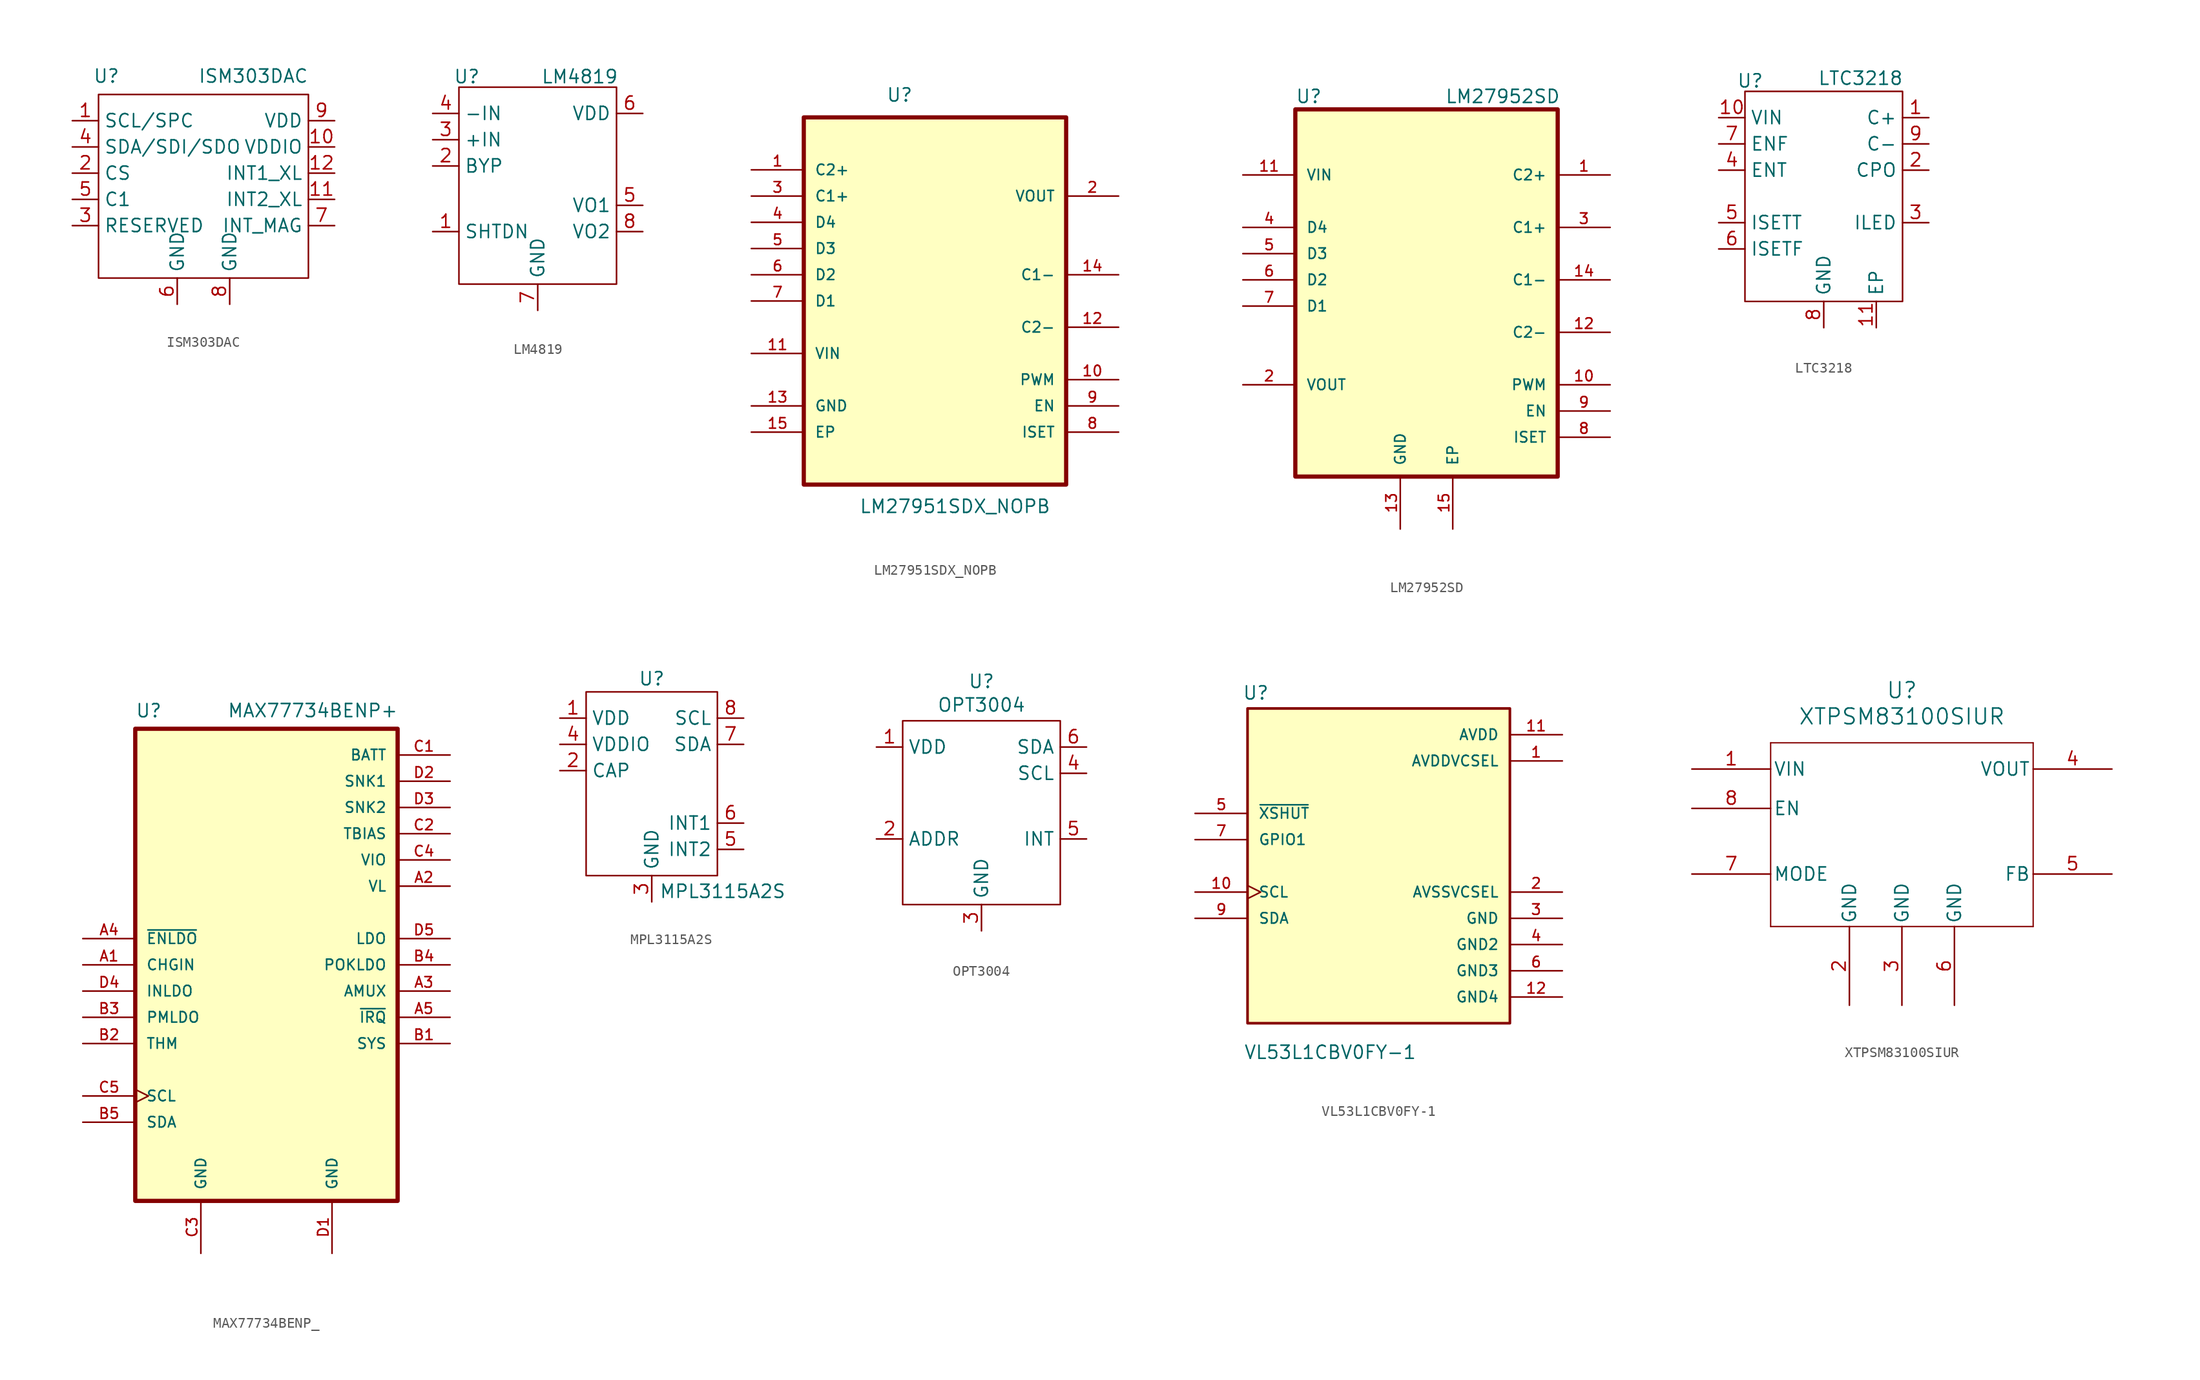
<source format=kicad_sym>
(kicad_symbol_lib
  (version 20231120)
  (generator "kicad_symbol_editor")
  (generator_version "8.0")
  (symbol "ISM303DAC"
    (property "Reference" "U"
      (at -9.398 10.668 0)
      (effects (font (size 1.27 1.27))))
    (property "Value" "ISM303DAC"
      (at 4.826 10.668 0)
      (effects (font (size 1.27 1.27))))
    (symbol "ISM303DAC_0_0"
      (pin power_in line (at 12.7 3.81 180) (length 2.54) (name "VDDIO" (effects (font (size 1.27 1.27)))) (number "10" (effects (font (size 1.27 1.27)))))
      (pin output line (at 12.7 -1.27 180) (length 2.54) (name "INT2_XL" (effects (font (size 1.27 1.27)))) (number "11" (effects (font (size 1.27 1.27)))))
      (pin output line (at 12.7 1.27 180) (length 2.54) (name "INT1_XL" (effects (font (size 1.27 1.27)))) (number "12" (effects (font (size 1.27 1.27)))))
      (pin input line (at -12.7 1.27 0) (length 2.54) (name "CS" (effects (font (size 1.27 1.27)))) (number "2" (effects (font (size 1.27 1.27)))))
      (pin unspecified line (at -12.7 -3.81 0) (length 2.54) (name "RESERVED" (effects (font (size 1.27 1.27)))) (number "3" (effects (font (size 1.27 1.27)))))
      (pin passive line (at -12.7 -1.27 0) (length 2.54) (name "C1" (effects (font (size 1.27 1.27)))) (number "5" (effects (font (size 1.27 1.27)))))
      (pin power_in line (at -2.54 -11.43 90) (length 2.54) (name "GND" (effects (font (size 1.27 1.27)))) (number "6" (effects (font (size 1.27 1.27)))))
      (pin output line (at 12.7 -3.81 180) (length 2.54) (name "INT_MAG" (effects (font (size 1.27 1.27)))) (number "7" (effects (font (size 1.27 1.27)))))
      (pin power_in line (at 2.54 -11.43 90) (length 2.54) (name "GND" (effects (font (size 1.27 1.27)))) (number "8" (effects (font (size 1.27 1.27)))))
      (pin power_in line (at 12.7 6.35 180) (length 2.54) (name "VDD" (effects (font (size 1.27 1.27)))) (number "9" (effects (font (size 1.27 1.27))))))
    (symbol "ISM303DAC_0_1"
      (rectangle (start -10.16 8.89) (end 10.16 -8.89) (stroke (width 0) (type default)) (fill (type none))))
    (symbol "ISM303DAC_1_0"
      (pin input line (at -12.7 6.35 0) (length 2.54) (name "SCL/SPC" (effects (font (size 1.27 1.27)))) (number "1" (effects (font (size 1.27 1.27)))))
      (pin bidirectional line (at -12.7 3.81 0) (length 2.54) (name "SDA/SDI/SDO" (effects (font (size 1.27 1.27)))) (number "4" (effects (font (size 1.27 1.27)))))))
  (symbol "LM4819"
    (property "Reference" "U"
      (at -6.858 9.906 0)
      (effects (font (size 1.27 1.27))))
    (property "Value" "LM4819"
      (at 4.064 9.906 0)
      (effects (font (size 1.27 1.27))))
    (symbol "LM4819_0_0"
      (pin input line (at -10.16 -5.08 0) (length 2.54) (name "SHTDN" (effects (font (size 1.27 1.27)))) (number "1" (effects (font (size 1.27 1.27)))))
      (pin passive line (at -10.16 1.27 0) (length 2.54) (name "BYP" (effects (font (size 1.27 1.27)))) (number "2" (effects (font (size 1.27 1.27)))))
      (pin input line (at -10.16 3.81 0) (length 2.54) (name "+IN" (effects (font (size 1.27 1.27)))) (number "3" (effects (font (size 1.27 1.27)))))
      (pin input line (at -10.16 6.35 0) (length 2.54) (name "-IN" (effects (font (size 1.27 1.27)))) (number "4" (effects (font (size 1.27 1.27)))))
      (pin output line (at 10.16 -2.54 180) (length 2.54) (name "VO1" (effects (font (size 1.27 1.27)))) (number "5" (effects (font (size 1.27 1.27)))))
      (pin power_in line (at 10.16 6.35 180) (length 2.54) (name "VDD" (effects (font (size 1.27 1.27)))) (number "6" (effects (font (size 1.27 1.27)))))
      (pin power_in line (at 0 -12.7 90) (length 2.54) (name "GND" (effects (font (size 1.27 1.27)))) (number "7" (effects (font (size 1.27 1.27)))))
      (pin output line (at 10.16 -5.08 180) (length 2.54) (name "VO2" (effects (font (size 1.27 1.27)))) (number "8" (effects (font (size 1.27 1.27))))))
    (symbol "LM4819_0_1"
      (rectangle (start -7.62 8.89) (end 7.62 -10.16) (stroke (width 0) (type default)) (fill (type none)))))
  (symbol "LM27951SDX_NOPB"
    (pin_names
      (offset 1.016))
    (property "Reference" "U"
      (at -4.732 16.665 0)
      (effects (font (size 1.27 1.27)) (justify left bottom)))
    (property "Value" "LM27951SDX_NOPB"
      (at -7.351 -23.172 0)
      (effects (font (size 1.27 1.27)) (justify left bottom)))
    (symbol "LM27951SDX_NOPB_0_0"
      (rectangle (start -12.7 -20.32) (end 12.7 15.24) (stroke (width 0.406) (type default)) (fill (type background)))
      (pin passive line (at -17.78 10.16 0) (length 5.08) (name "C2+" (effects (font (size 1.016 1.016)))) (number "1" (effects (font (size 1.016 1.016)))))
      (pin passive line (at 17.78 -10.16 180) (length 5.08) (name "PWM" (effects (font (size 1.016 1.016)))) (number "10" (effects (font (size 1.016 1.016)))))
      (pin input line (at -17.78 -7.62 0) (length 5.08) (name "VIN" (effects (font (size 1.016 1.016)))) (number "11" (effects (font (size 1.016 1.016)))))
      (pin passive line (at 17.78 -5.08 180) (length 5.08) (name "C2-" (effects (font (size 1.016 1.016)))) (number "12" (effects (font (size 1.016 1.016)))))
      (pin passive line (at -17.78 -12.7 0) (length 5.08) (name "GND" (effects (font (size 1.016 1.016)))) (number "13" (effects (font (size 1.016 1.016)))))
      (pin passive line (at 17.78 0 180) (length 5.08) (name "C1-" (effects (font (size 1.016 1.016)))) (number "14" (effects (font (size 1.016 1.016)))))
      (pin passive line (at -17.78 -15.24 0) (length 5.08) (name "EP" (effects (font (size 1.016 1.016)))) (number "15" (effects (font (size 1.016 1.016)))))
      (pin output line (at 17.78 7.62 180) (length 5.08) (name "VOUT" (effects (font (size 1.016 1.016)))) (number "2" (effects (font (size 1.016 1.016)))))
      (pin passive line (at -17.78 7.62 0) (length 5.08) (name "C1+" (effects (font (size 1.016 1.016)))) (number "3" (effects (font (size 1.016 1.016)))))
      (pin passive line (at -17.78 5.08 0) (length 5.08) (name "D4" (effects (font (size 1.016 1.016)))) (number "4" (effects (font (size 1.016 1.016)))))
      (pin passive line (at -17.78 2.54 0) (length 5.08) (name "D3" (effects (font (size 1.016 1.016)))) (number "5" (effects (font (size 1.016 1.016)))))
      (pin passive line (at -17.78 0 0) (length 5.08) (name "D2" (effects (font (size 1.016 1.016)))) (number "6" (effects (font (size 1.016 1.016)))))
      (pin passive line (at -17.78 -2.54 0) (length 5.08) (name "D1" (effects (font (size 1.016 1.016)))) (number "7" (effects (font (size 1.016 1.016)))))
      (pin passive line (at 17.78 -15.24 180) (length 5.08) (name "ISET" (effects (font (size 1.016 1.016)))) (number "8" (effects (font (size 1.016 1.016)))))
      (pin passive line (at 17.78 -12.7 180) (length 5.08) (name "EN" (effects (font (size 1.016 1.016)))) (number "9" (effects (font (size 1.016 1.016)))))))
  (symbol "LM27952SD"
    (pin_names
      (offset 1.016))
    (property "Reference" "U"
      (at -12.7 17.018 0)
      (effects (font (size 1.27 1.27)) (justify left bottom)))
    (property "Value" "LM27952SD"
      (at 1.778 17.018 0)
      (effects (font (size 1.27 1.27)) (justify left bottom)))
    (symbol "LM27952SD_0_0"
      (rectangle (start -12.7 16.51) (end 12.7 -19.05) (stroke (width 0.406) (type default)) (fill (type background)))
      (pin passive line (at 17.78 10.16 180) (length 5.08) (name "C2+" (effects (font (size 1.016 1.016)))) (number "1" (effects (font (size 1.016 1.016)))))
      (pin passive line (at 17.78 -10.16 180) (length 5.08) (name "PWM" (effects (font (size 1.016 1.016)))) (number "10" (effects (font (size 1.016 1.016)))))
      (pin input line (at -17.78 10.16 0) (length 5.08) (name "VIN" (effects (font (size 1.016 1.016)))) (number "11" (effects (font (size 1.016 1.016)))))
      (pin passive line (at 17.78 -5.08 180) (length 5.08) (name "C2-" (effects (font (size 1.016 1.016)))) (number "12" (effects (font (size 1.016 1.016)))))
      (pin passive line (at -2.54 -24.13 90) (length 5.08) (name "GND" (effects (font (size 1.016 1.016)))) (number "13" (effects (font (size 1.016 1.016)))))
      (pin passive line (at 17.78 0 180) (length 5.08) (name "C1-" (effects (font (size 1.016 1.016)))) (number "14" (effects (font (size 1.016 1.016)))))
      (pin passive line (at 2.54 -24.13 90) (length 5.08) (name "EP" (effects (font (size 1.016 1.016)))) (number "15" (effects (font (size 1.016 1.016)))))
      (pin output line (at -17.78 -10.16 0) (length 5.08) (name "VOUT" (effects (font (size 1.016 1.016)))) (number "2" (effects (font (size 1.016 1.016)))))
      (pin passive line (at 17.78 5.08 180) (length 5.08) (name "C1+" (effects (font (size 1.016 1.016)))) (number "3" (effects (font (size 1.016 1.016)))))
      (pin passive line (at -17.78 5.08 0) (length 5.08) (name "D4" (effects (font (size 1.016 1.016)))) (number "4" (effects (font (size 1.016 1.016)))))
      (pin passive line (at -17.78 2.54 0) (length 5.08) (name "D3" (effects (font (size 1.016 1.016)))) (number "5" (effects (font (size 1.016 1.016)))))
      (pin passive line (at -17.78 0 0) (length 5.08) (name "D2" (effects (font (size 1.016 1.016)))) (number "6" (effects (font (size 1.016 1.016)))))
      (pin passive line (at -17.78 -2.54 0) (length 5.08) (name "D1" (effects (font (size 1.016 1.016)))) (number "7" (effects (font (size 1.016 1.016)))))
      (pin passive line (at 17.78 -15.24 180) (length 5.08) (name "ISET" (effects (font (size 1.016 1.016)))) (number "8" (effects (font (size 1.016 1.016)))))
      (pin passive line (at 17.78 -12.7 180) (length 5.08) (name "EN" (effects (font (size 1.016 1.016)))) (number "9" (effects (font (size 1.016 1.016)))))))
  (symbol "LTC3218"
    (property "Reference" "U"
      (at -7.112 11.176 0)
      (effects (font (size 1.27 1.27))))
    (property "Value" "LTC3218"
      (at 3.556 11.43 0)
      (effects (font (size 1.27 1.27))))
    (symbol "LTC3218_0_0"
      (pin power_in line (at 5.08 -12.7 90) (length 2.54) (name "EP" (effects (font (size 1.27 1.27)))) (number "11" (effects (font (size 1.27 1.27))))))
    (symbol "LTC3218_0_1"
      (rectangle (start -7.62 10.16) (end 7.62 -10.16) (stroke (width 0) (type default)) (fill (type none))))
    (symbol "LTC3218_1_0"
      (pin passive line (at 10.16 7.62 180) (length 2.54) (name "C+" (effects (font (size 1.27 1.27)))) (number "1" (effects (font (size 1.27 1.27)))))
      (pin power_in line (at -10.16 7.62 0) (length 2.54) (name "VIN" (effects (font (size 1.27 1.27)))) (number "10" (effects (font (size 1.27 1.27)))))
      (pin passive line (at 10.16 2.54 180) (length 2.54) (name "CPO" (effects (font (size 1.27 1.27)))) (number "2" (effects (font (size 1.27 1.27)))))
      (pin power_out line (at 10.16 -2.54 180) (length 2.54) (name "ILED" (effects (font (size 1.27 1.27)))) (number "3" (effects (font (size 1.27 1.27)))))
      (pin input line (at -10.16 2.54 0) (length 2.54) (name "ENT" (effects (font (size 1.27 1.27)))) (number "4" (effects (font (size 1.27 1.27)))))
      (pin input line (at -10.16 -2.54 0) (length 2.54) (name "ISETT" (effects (font (size 1.27 1.27)))) (number "5" (effects (font (size 1.27 1.27)))))
      (pin input line (at -10.16 -5.08 0) (length 2.54) (name "ISETF" (effects (font (size 1.27 1.27)))) (number "6" (effects (font (size 1.27 1.27)))))
      (pin input line (at -10.16 5.08 0) (length 2.54) (name "ENF" (effects (font (size 1.27 1.27)))) (number "7" (effects (font (size 1.27 1.27)))))
      (pin power_in line (at 0 -12.7 90) (length 2.54) (name "GND" (effects (font (size 1.27 1.27)))) (number "8" (effects (font (size 1.27 1.27)))))
      (pin passive line (at 10.16 5.08 180) (length 2.54) (name "C-" (effects (font (size 1.27 1.27)))) (number "9" (effects (font (size 1.27 1.27)))))))
  (symbol "MAX77734BENP_"
    (pin_names
      (offset 1.016))
    (property "Reference" "U"
      (at -12.7 23.86 0)
      (effects (font (size 1.27 1.27)) (justify left bottom)))
    (property "Value" "MAX77734BENP+"
      (at -3.81 23.876 0)
      (effects (font (size 1.27 1.27)) (justify left bottom)))
    (symbol "MAX77734BENP__0_0"
      (rectangle (start -12.7 22.86) (end 12.7 -22.86) (stroke (width 0.41) (type default)) (fill (type background)))
      (pin input line (at -17.78 0 0) (length 5.08) (name "CHGIN" (effects (font (size 1.016 1.016)))) (number "A1" (effects (font (size 1.016 1.016)))))
      (pin power_in line (at 17.78 7.62 180) (length 5.08) (name "VL" (effects (font (size 1.016 1.016)))) (number "A2" (effects (font (size 1.016 1.016)))))
      (pin output line (at 17.78 -2.54 180) (length 5.08) (name "AMUX" (effects (font (size 1.016 1.016)))) (number "A3" (effects (font (size 1.016 1.016)))))
      (pin input line (at -17.78 2.54 0) (length 5.08) (name "~{ENLDO}" (effects (font (size 1.016 1.016)))) (number "A4" (effects (font (size 1.016 1.016)))))
      (pin output line (at 17.78 -5.08 180) (length 5.08) (name "~{IRQ}" (effects (font (size 1.016 1.016)))) (number "A5" (effects (font (size 1.016 1.016)))))
      (pin output line (at 17.78 -7.62 180) (length 5.08) (name "SYS" (effects (font (size 1.016 1.016)))) (number "B1" (effects (font (size 1.016 1.016)))))
      (pin input line (at -17.78 -7.62 0) (length 5.08) (name "THM" (effects (font (size 1.016 1.016)))) (number "B2" (effects (font (size 1.016 1.016)))))
      (pin input line (at -17.78 -5.08 0) (length 5.08) (name "PMLDO" (effects (font (size 1.016 1.016)))) (number "B3" (effects (font (size 1.016 1.016)))))
      (pin output line (at 17.78 0 180) (length 5.08) (name "POKLDO" (effects (font (size 1.016 1.016)))) (number "B4" (effects (font (size 1.016 1.016)))))
      (pin bidirectional line (at -17.78 -15.24 0) (length 5.08) (name "SDA" (effects (font (size 1.016 1.016)))) (number "B5" (effects (font (size 1.016 1.016)))))
      (pin power_in line (at 17.78 20.32 180) (length 5.08) (name "BATT" (effects (font (size 1.016 1.016)))) (number "C1" (effects (font (size 1.016 1.016)))))
      (pin power_in line (at 17.78 12.7 180) (length 5.08) (name "TBIAS" (effects (font (size 1.016 1.016)))) (number "C2" (effects (font (size 1.016 1.016)))))
      (pin power_in line (at -6.35 -27.94 90) (length 5.08) (name "GND" (effects (font (size 1.016 1.016)))) (number "C3" (effects (font (size 1.016 1.016)))))
      (pin power_in line (at 17.78 10.16 180) (length 5.08) (name "VIO" (effects (font (size 1.016 1.016)))) (number "C4" (effects (font (size 1.016 1.016)))))
      (pin input clock (at -17.78 -12.7 0) (length 5.08) (name "SCL" (effects (font (size 1.016 1.016)))) (number "C5" (effects (font (size 1.016 1.016)))))
      (pin power_in line (at 6.35 -27.94 90) (length 5.08) (name "GND" (effects (font (size 1.016 1.016)))) (number "D1" (effects (font (size 1.016 1.016)))))
      (pin power_in line (at 17.78 17.78 180) (length 5.08) (name "SNK1" (effects (font (size 1.016 1.016)))) (number "D2" (effects (font (size 1.016 1.016)))))
      (pin power_in line (at 17.78 15.24 180) (length 5.08) (name "SNK2" (effects (font (size 1.016 1.016)))) (number "D3" (effects (font (size 1.016 1.016)))))
      (pin input line (at -17.78 -2.54 0) (length 5.08) (name "INLDO" (effects (font (size 1.016 1.016)))) (number "D4" (effects (font (size 1.016 1.016)))))
      (pin output line (at 17.78 2.54 180) (length 5.08) (name "LDO" (effects (font (size 1.016 1.016)))) (number "D5" (effects (font (size 1.016 1.016)))))))
  (symbol "MPL3115A2S"
    (property "Reference" "U"
      (at 0 10.16 0)
      (effects (font (size 1.27 1.27))))
    (property "Value" "MPL3115A2S"
      (at 6.858 -10.414 0)
      (effects (font (size 1.27 1.27))))
    (symbol "MPL3115A2S_0_1"
      (rectangle (start -6.35 8.89) (end 6.35 -8.89) (stroke (width 0) (type default)) (fill (type none))))
    (symbol "MPL3115A2S_1_1"
      (pin power_in line (at -8.89 6.35 0) (length 2.54) (name "VDD" (effects (font (size 1.27 1.27)))) (number "1" (effects (font (size 1.27 1.27)))))
      (pin passive line (at -8.89 1.27 0) (length 2.54) (name "CAP" (effects (font (size 1.27 1.27)))) (number "2" (effects (font (size 1.27 1.27)))))
      (pin power_in line (at 0 -11.43 90) (length 2.54) (name "GND" (effects (font (size 1.27 1.27)))) (number "3" (effects (font (size 1.27 1.27)))))
      (pin power_in line (at -8.89 3.81 0) (length 2.54) (name "VDDIO" (effects (font (size 1.27 1.27)))) (number "4" (effects (font (size 1.27 1.27)))))
      (pin output line (at 8.89 -6.35 180) (length 2.54) (name "INT2" (effects (font (size 1.27 1.27)))) (number "5" (effects (font (size 1.27 1.27)))))
      (pin output line (at 8.89 -3.81 180) (length 2.54) (name "INT1" (effects (font (size 1.27 1.27)))) (number "6" (effects (font (size 1.27 1.27)))))
      (pin bidirectional line (at 8.89 3.81 180) (length 2.54) (name "SDA" (effects (font (size 1.27 1.27)))) (number "7" (effects (font (size 1.27 1.27)))))
      (pin input line (at 8.89 6.35 180) (length 2.54) (name "SCL" (effects (font (size 1.27 1.27)))) (number "8" (effects (font (size 1.27 1.27)))))))
  (symbol "OPT3004"
    (property "Reference" "U"
      (at 0 12.7 0)
      (effects (font (size 1.27 1.27))))
    (property "Value" "OPT3004"
      (at 0 10.414 0)
      (effects (font (size 1.27 1.27))))
    (symbol "OPT3004_0_0"
      (pin power_in line (at -10.16 6.35 0) (length 2.54) (name "VDD" (effects (font (size 1.27 1.27)))) (number "1" (effects (font (size 1.27 1.27)))))
      (pin input line (at -10.16 -2.54 0) (length 2.54) (name "ADDR" (effects (font (size 1.27 1.27)))) (number "2" (effects (font (size 1.27 1.27)))))
      (pin power_in line (at 0 -11.43 90) (length 2.54) (name "GND" (effects (font (size 1.27 1.27)))) (number "3" (effects (font (size 1.27 1.27)))))
      (pin input line (at 10.16 3.81 180) (length 2.54) (name "SCL" (effects (font (size 1.27 1.27)))) (number "4" (effects (font (size 1.27 1.27)))))
      (pin output line (at 10.16 -2.54 180) (length 2.54) (name "INT" (effects (font (size 1.27 1.27)))) (number "5" (effects (font (size 1.27 1.27)))))
      (pin bidirectional line (at 10.16 6.35 180) (length 2.54) (name "SDA" (effects (font (size 1.27 1.27)))) (number "6" (effects (font (size 1.27 1.27))))))
    (symbol "OPT3004_0_1"
      (rectangle (start -7.62 8.89) (end 7.62 -8.89) (stroke (width 0) (type default)) (fill (type none)))))
  (symbol "VL53L1CBV0FY-1"
    (pin_names
      (offset 1.016))
    (property "Reference" "U"
      (at -13.206 16.003 0)
      (effects (font (size 1.27 1.27)) (justify left bottom)))
    (property "Value" "VL53L1CBV0FY-1"
      (at -13.077 -18.798 0)
      (effects (font (size 1.27 1.27)) (justify left bottom)))
    (symbol "VL53L1CBV0FY-1_0_0"
      (rectangle (start -12.7 -15.24) (end 12.7 15.24) (stroke (width 0.254) (type default)) (fill (type background)))
      (pin power_in line (at 17.78 10.16 180) (length 5.08) (name "AVDDVCSEL" (effects (font (size 1.016 1.016)))) (number "1" (effects (font (size 1.016 1.016)))))
      (pin input clock (at -17.78 -2.54 0) (length 5.08) (name "SCL" (effects (font (size 1.016 1.016)))) (number "10" (effects (font (size 1.016 1.016)))))
      (pin power_in line (at 17.78 12.7 180) (length 5.08) (name "AVDD" (effects (font (size 1.016 1.016)))) (number "11" (effects (font (size 1.016 1.016)))))
      (pin power_in line (at 17.78 -12.7 180) (length 5.08) (name "GND4" (effects (font (size 1.016 1.016)))) (number "12" (effects (font (size 1.016 1.016)))))
      (pin power_in line (at 17.78 -2.54 180) (length 5.08) (name "AVSSVCSEL" (effects (font (size 1.016 1.016)))) (number "2" (effects (font (size 1.016 1.016)))))
      (pin power_in line (at 17.78 -5.08 180) (length 5.08) (name "GND" (effects (font (size 1.016 1.016)))) (number "3" (effects (font (size 1.016 1.016)))))
      (pin power_in line (at 17.78 -7.62 180) (length 5.08) (name "GND2" (effects (font (size 1.016 1.016)))) (number "4" (effects (font (size 1.016 1.016)))))
      (pin input line (at -17.78 5.08 0) (length 5.08) (name "~{XSHUT}" (effects (font (size 1.016 1.016)))) (number "5" (effects (font (size 1.016 1.016)))))
      (pin power_in line (at 17.78 -10.16 180) (length 5.08) (name "GND3" (effects (font (size 1.016 1.016)))) (number "6" (effects (font (size 1.016 1.016)))))
      (pin output line (at -17.78 2.54 0) (length 5.08) (name "GPIO1" (effects (font (size 1.016 1.016)))) (number "7" (effects (font (size 1.016 1.016)))))
      (pin bidirectional line (at -17.78 -5.08 0) (length 5.08) (name "SDA" (effects (font (size 1.016 1.016)))) (number "9" (effects (font (size 1.016 1.016)))))))
  (symbol "XTPSM83100SIUR"
    (pin_names
      (offset 0.254))
    (property "Reference" "U"
      (at 0 10.16 0)
      (effects (font (size 1.524 1.524))))
    (property "Value" "XTPSM83100SIUR"
      (at 0 7.62 0)
      (effects (font (size 1.524 1.524))))
    (property "ki_locked" ""
      (at 0 0 0)
      (effects (font (size 1.27 1.27))))
    (symbol "XTPSM83100SIUR_0_1"
      (polyline (pts (xy -12.7 -12.7) (xy 12.7 -12.7)) (stroke (width 0.127) (type default)) (fill (type none)))
      (polyline (pts (xy -12.7 5.08) (xy -12.7 -12.7)) (stroke (width 0.127) (type default)) (fill (type none)))
      (polyline (pts (xy 12.7 -12.7) (xy 12.7 5.08)) (stroke (width 0.127) (type default)) (fill (type none)))
      (polyline (pts (xy 12.7 5.08) (xy -12.7 5.08)) (stroke (width 0.127) (type default)) (fill (type none)))
      (pin power_in line (at -20.32 2.54 0) (length 7.62) (name "VIN" (effects (font (size 1.27 1.27)))) (number "1" (effects (font (size 1.27 1.27)))))
      (pin power_out line (at -5.08 -20.32 90) (length 7.62) (name "GND" (effects (font (size 1.27 1.27)))) (number "2" (effects (font (size 1.27 1.27)))))
      (pin power_out line (at 0 -20.32 90) (length 7.62) (name "GND" (effects (font (size 1.27 1.27)))) (number "3" (effects (font (size 1.27 1.27)))))
      (pin power_in line (at 20.32 2.54 180) (length 7.62) (name "VOUT" (effects (font (size 1.27 1.27)))) (number "4" (effects (font (size 1.27 1.27)))))
      (pin input line (at 20.32 -7.62 180) (length 7.62) (name "FB" (effects (font (size 1.27 1.27)))) (number "5" (effects (font (size 1.27 1.27)))))
      (pin power_out line (at 5.08 -20.32 90) (length 7.62) (name "GND" (effects (font (size 1.27 1.27)))) (number "6" (effects (font (size 1.27 1.27)))))
      (pin input line (at -20.32 -7.62 0) (length 7.62) (name "MODE" (effects (font (size 1.27 1.27)))) (number "7" (effects (font (size 1.27 1.27)))))
      (pin input line (at -20.32 -1.27 0) (length 7.62) (name "EN" (effects (font (size 1.27 1.27)))) (number "8" (effects (font (size 1.27 1.27))))))))
</source>
